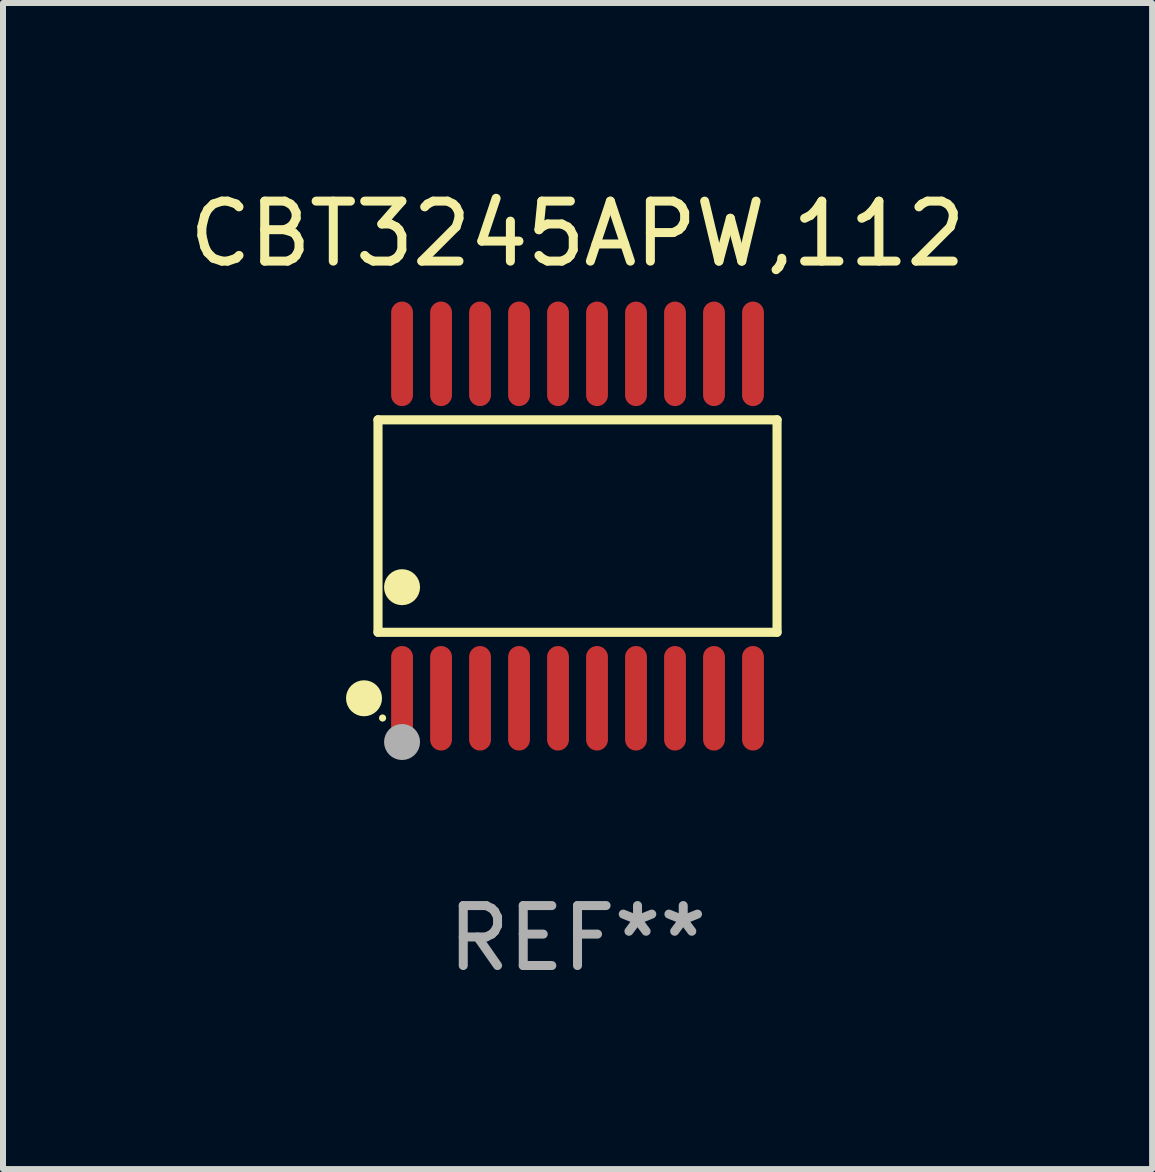
<source format=kicad_pcb>
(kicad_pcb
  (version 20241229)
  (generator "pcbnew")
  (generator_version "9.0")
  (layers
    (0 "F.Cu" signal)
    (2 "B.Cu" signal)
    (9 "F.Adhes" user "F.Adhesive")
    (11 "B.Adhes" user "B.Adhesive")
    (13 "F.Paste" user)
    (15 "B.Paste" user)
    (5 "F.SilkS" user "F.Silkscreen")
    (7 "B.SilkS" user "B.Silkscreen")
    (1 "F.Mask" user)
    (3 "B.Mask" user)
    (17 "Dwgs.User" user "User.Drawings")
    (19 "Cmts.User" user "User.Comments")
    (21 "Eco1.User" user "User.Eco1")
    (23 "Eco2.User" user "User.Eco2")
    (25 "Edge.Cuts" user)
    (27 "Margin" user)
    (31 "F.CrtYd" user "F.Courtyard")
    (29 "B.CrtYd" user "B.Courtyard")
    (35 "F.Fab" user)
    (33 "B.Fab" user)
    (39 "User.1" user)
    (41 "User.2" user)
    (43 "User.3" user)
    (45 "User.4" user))
  (footprint "CBT3245APW,112"
    (layer "F.Cu")
    (at 6.577 5.719)
    (property "Reference" "CBT3245APW,112" (at 0 -4.871 0) (layer "F.SilkS") (effects (font (size 1 1) (thickness 0.15))))
    (attr through_hole)
    (fp_line (start -3.326 -1.771) (end 3.326 -1.771) (stroke (width 0.152) (type solid)) (layer "F.SilkS"))
    (fp_line (start -3.326 1.771) (end -3.326 -1.771) (stroke (width 0.152) (type solid)) (layer "F.SilkS"))
    (fp_line (start 3.326 -1.771) (end 3.326 1.771) (stroke (width 0.152) (type solid)) (layer "F.SilkS"))
    (fp_line (start 3.326 1.771) (end -3.326 1.771) (stroke (width 0.152) (type solid)) (layer "F.SilkS"))
    (fp_circle (center -3.559 2.871) (end -3.409 2.871) (stroke (width 0.3) (type solid)) (fill no) (layer "F.SilkS"))
    (fp_circle (center -3.25 3.2) (end -3.22 3.2) (stroke (width 0.06) (type solid)) (fill no) (layer "F.SilkS"))
    (fp_circle (center -2.925 1.019) (end -2.775 1.019) (stroke (width 0.3) (type solid)) (fill no) (layer "F.SilkS"))
    (fp_circle (center -2.925 3.6) (end -2.775 3.6) (stroke (width 0.3) (type solid)) (fill no) (layer "F.Fab"))
    (fp_text user "REF**" (at 0 6.871 0) (layer "F.Fab") (effects (font (size 1 1) (thickness 0.15))))
    (pad "1" smd oval (at -2.925 2.871) (size 0.364 1.742) (layers "F.Cu" "F.Mask" "F.Paste"))
    (pad "2" smd oval (at -2.275 2.871) (size 0.364 1.742) (layers "F.Cu" "F.Mask" "F.Paste"))
    (pad "3" smd oval (at -1.625 2.871) (size 0.364 1.742) (layers "F.Cu" "F.Mask" "F.Paste"))
    (pad "4" smd oval (at -0.975 2.871) (size 0.364 1.742) (layers "F.Cu" "F.Mask" "F.Paste"))
    (pad "5" smd oval (at -0.325 2.871) (size 0.364 1.742) (layers "F.Cu" "F.Mask" "F.Paste"))
    (pad "6" smd oval (at 0.325 2.871) (size 0.364 1.742) (layers "F.Cu" "F.Mask" "F.Paste"))
    (pad "7" smd oval (at 0.975 2.871) (size 0.364 1.742) (layers "F.Cu" "F.Mask" "F.Paste"))
    (pad "8" smd oval (at 1.625 2.871) (size 0.364 1.742) (layers "F.Cu" "F.Mask" "F.Paste"))
    (pad "9" smd oval (at 2.275 2.871) (size 0.364 1.742) (layers "F.Cu" "F.Mask" "F.Paste"))
    (pad "10" smd oval (at 2.925 2.871) (size 0.364 1.742) (layers "F.Cu" "F.Mask" "F.Paste"))
    (pad "11" smd oval (at 2.925 -2.871) (size 0.364 1.742) (layers "F.Cu" "F.Mask" "F.Paste"))
    (pad "12" smd oval (at 2.275 -2.871) (size 0.364 1.742) (layers "F.Cu" "F.Mask" "F.Paste"))
    (pad "13" smd oval (at 1.625 -2.871) (size 0.364 1.742) (layers "F.Cu" "F.Mask" "F.Paste"))
    (pad "14" smd oval (at 0.975 -2.871) (size 0.364 1.742) (layers "F.Cu" "F.Mask" "F.Paste"))
    (pad "15" smd oval (at 0.325 -2.871) (size 0.364 1.742) (layers "F.Cu" "F.Mask" "F.Paste"))
    (pad "16" smd oval (at -0.325 -2.871) (size 0.364 1.742) (layers "F.Cu" "F.Mask" "F.Paste"))
    (pad "17" smd oval (at -0.975 -2.871) (size 0.364 1.742) (layers "F.Cu" "F.Mask" "F.Paste"))
    (pad "18" smd oval (at -1.625 -2.871) (size 0.364 1.742) (layers "F.Cu" "F.Mask" "F.Paste"))
    (pad "19" smd oval (at -2.275 -2.871) (size 0.364 1.742) (layers "F.Cu" "F.Mask" "F.Paste"))
    (pad "20" smd oval (at -2.925 -2.871) (size 0.364 1.742) (layers "F.Cu" "F.Mask" "F.Paste")))
  (gr_rect
    (start -3 -3)
    (end 16.155 16.438)
    (stroke (width 0.1) (type default))
    (fill no)
    (layer "Edge.Cuts")))
</source>
